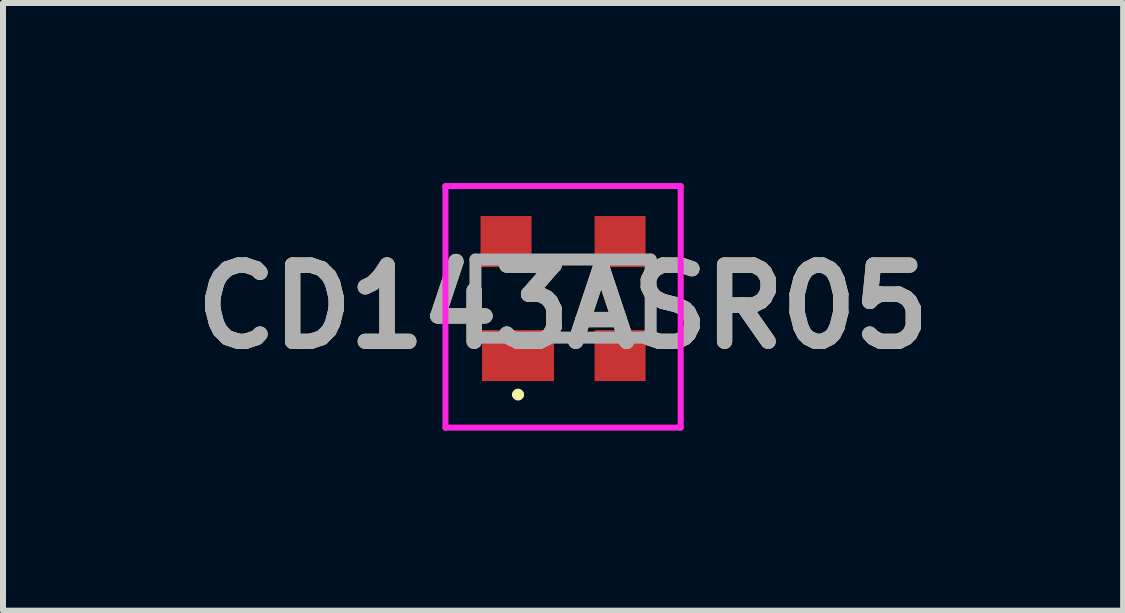
<source format=kicad_pcb>
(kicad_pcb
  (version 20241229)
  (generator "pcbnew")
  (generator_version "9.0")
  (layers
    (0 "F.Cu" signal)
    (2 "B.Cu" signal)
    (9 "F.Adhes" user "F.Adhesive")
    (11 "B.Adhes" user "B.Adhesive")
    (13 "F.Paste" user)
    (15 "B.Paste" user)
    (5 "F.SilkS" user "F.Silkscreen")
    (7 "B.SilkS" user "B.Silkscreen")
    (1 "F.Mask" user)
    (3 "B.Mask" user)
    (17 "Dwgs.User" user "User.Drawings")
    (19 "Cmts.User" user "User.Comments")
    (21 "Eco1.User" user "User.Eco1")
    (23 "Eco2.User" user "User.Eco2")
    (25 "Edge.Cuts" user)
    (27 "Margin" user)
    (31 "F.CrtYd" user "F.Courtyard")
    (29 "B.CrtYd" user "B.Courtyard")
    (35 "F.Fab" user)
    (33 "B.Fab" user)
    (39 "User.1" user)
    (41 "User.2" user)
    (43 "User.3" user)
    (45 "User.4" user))
  (footprint "CD143ASR05"
    (layer "F.Cu")
    (at 6.332 1.925)
    (property "Reference" "CD143ASR05" (at 0 0.138 0) (layer "F.SilkS") (effects (font (size 1.27 1.27) (thickness 0.254))))
    (attr smd)
    (fp_line (start -1.46 -0.3) (end -1.46 0.3) (stroke (width 0.1) (type solid)) (layer "F.SilkS"))
    (fp_line (start -0.8 1.6) (end -0.8 1.6) (stroke (width 0.1) (type solid)) (layer "F.SilkS"))
    (fp_line (start -0.7 1.6) (end -0.7 1.6) (stroke (width 0.1) (type solid)) (layer "F.SilkS"))
    (fp_line (start -0.3 -0.65) (end 0.3 -0.65) (stroke (width 0.1) (type solid)) (layer "F.SilkS"))
    (fp_line (start 1.46 -0.3) (end 1.46 0.3) (stroke (width 0.1) (type solid)) (layer "F.SilkS"))
    (fp_arc (start -0.8 1.6) (mid -0.75 1.55) (end -0.7 1.6) (stroke (width 0.1) (type solid)) (layer "F.SilkS"))
    (fp_arc (start -0.7 1.6) (mid -0.75 1.65) (end -0.8 1.6) (stroke (width 0.1) (type solid)) (layer "F.SilkS"))
    (fp_line (start -1.96 -1.875) (end 1.96 -1.875) (stroke (width 0.1) (type solid)) (layer "F.CrtYd"))
    (fp_line (start -1.96 2.15) (end -1.96 -1.875) (stroke (width 0.1) (type solid)) (layer "F.CrtYd"))
    (fp_line (start 1.96 -1.875) (end 1.96 2.15) (stroke (width 0.1) (type solid)) (layer "F.CrtYd"))
    (fp_line (start 1.96 2.15) (end -1.96 2.15) (stroke (width 0.1) (type solid)) (layer "F.CrtYd"))
    (fp_line (start -1.46 -0.65) (end 1.46 -0.65) (stroke (width 0.2) (type solid)) (layer "F.Fab"))
    (fp_line (start -1.46 0.65) (end -1.46 -0.65) (stroke (width 0.2) (type solid)) (layer "F.Fab"))
    (fp_line (start 1.46 -0.65) (end 1.46 0.65) (stroke (width 0.2) (type solid)) (layer "F.Fab"))
    (fp_line (start 1.46 0.65) (end -1.46 0.65) (stroke (width 0.2) (type solid)) (layer "F.Fab"))
    (fp_text user "${REFERENCE}" (at 0 0.138 0) (layer "F.Fab") (effects (font (size 1.27 1.27) (thickness 0.254))))
    (pad "1" smd rect (at -0.75 0.95 90) (size 0.85 1.2) (layers "F.Cu" "F.Mask" "F.Paste"))
    (pad "2" smd rect (at 0.95 0.95 90) (size 0.85 0.85) (layers "F.Cu" "F.Mask" "F.Paste"))
    (pad "3" smd rect (at 0.95 -0.95 90) (size 0.85 0.85) (layers "F.Cu" "F.Mask" "F.Paste"))
    (pad "4" smd rect (at -0.95 -0.95 90) (size 0.85 0.85) (layers "F.Cu" "F.Mask" "F.Paste")))
  (gr_rect
    (start -3 -3)
    (end 15.664 7.125)
    (stroke (width 0.1) (type default))
    (fill no)
    (layer "Edge.Cuts")))
</source>
